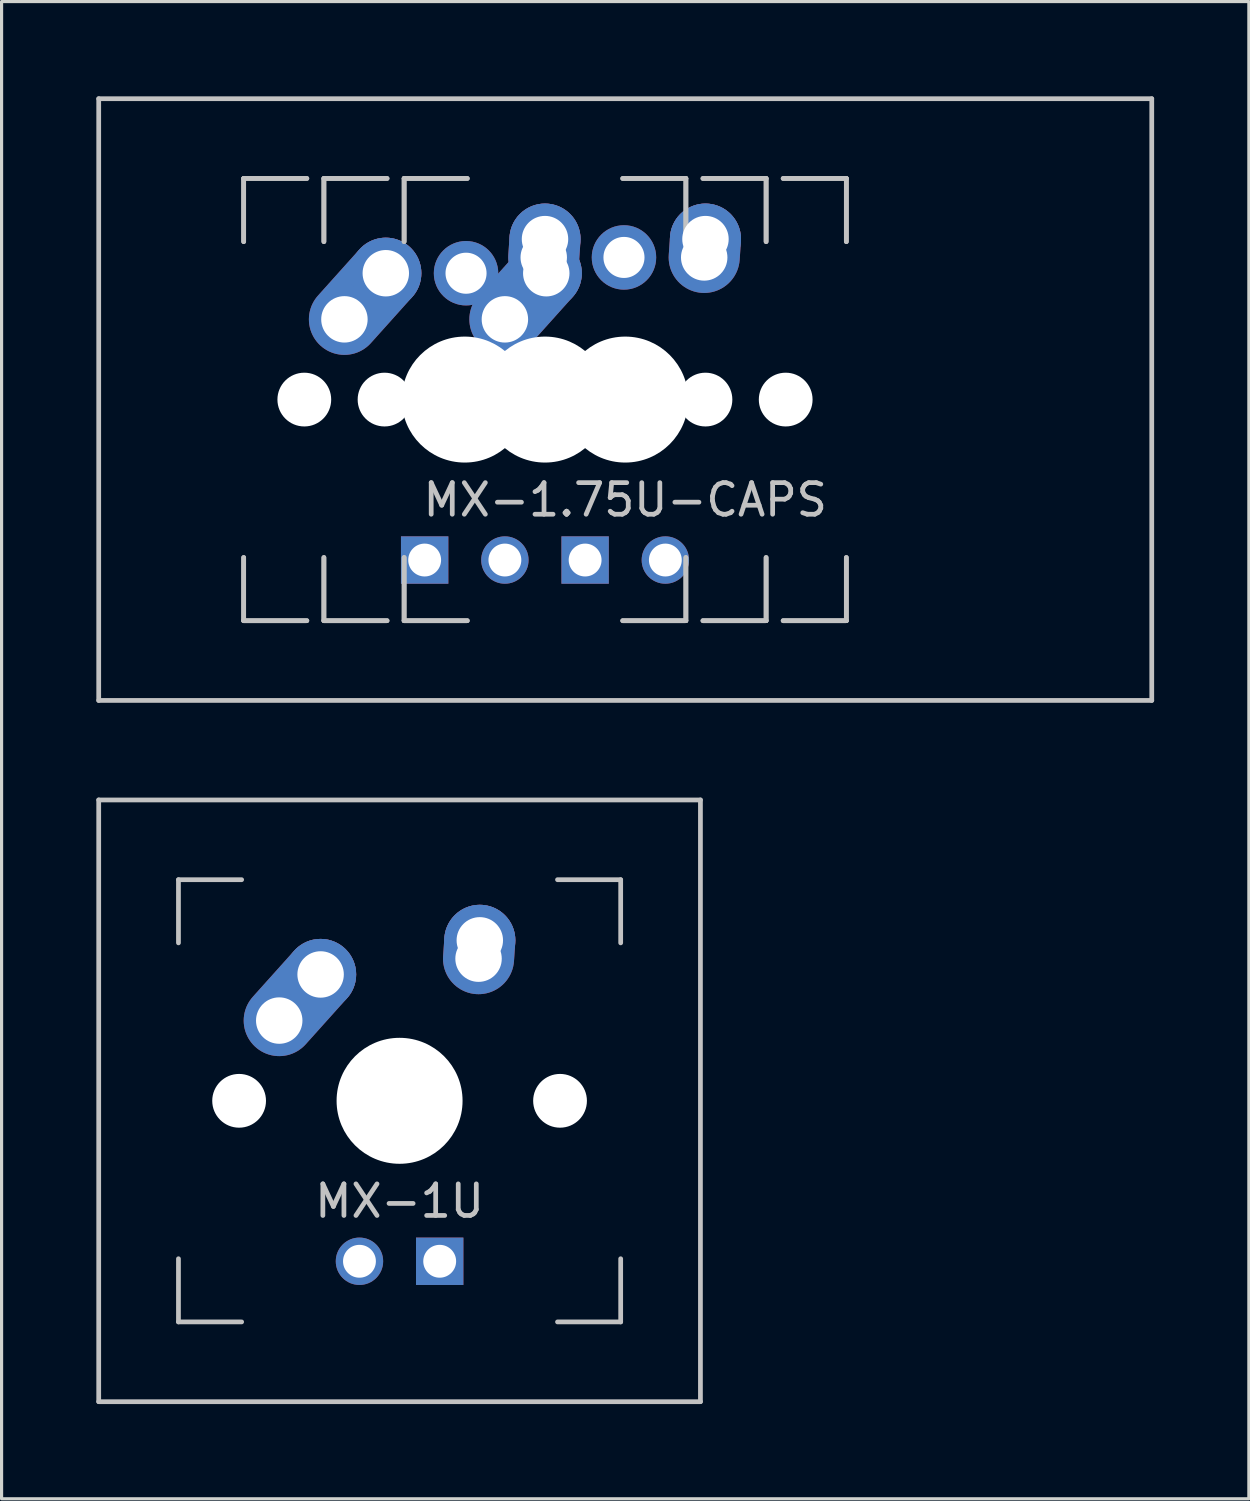
<source format=kicad_pcb>
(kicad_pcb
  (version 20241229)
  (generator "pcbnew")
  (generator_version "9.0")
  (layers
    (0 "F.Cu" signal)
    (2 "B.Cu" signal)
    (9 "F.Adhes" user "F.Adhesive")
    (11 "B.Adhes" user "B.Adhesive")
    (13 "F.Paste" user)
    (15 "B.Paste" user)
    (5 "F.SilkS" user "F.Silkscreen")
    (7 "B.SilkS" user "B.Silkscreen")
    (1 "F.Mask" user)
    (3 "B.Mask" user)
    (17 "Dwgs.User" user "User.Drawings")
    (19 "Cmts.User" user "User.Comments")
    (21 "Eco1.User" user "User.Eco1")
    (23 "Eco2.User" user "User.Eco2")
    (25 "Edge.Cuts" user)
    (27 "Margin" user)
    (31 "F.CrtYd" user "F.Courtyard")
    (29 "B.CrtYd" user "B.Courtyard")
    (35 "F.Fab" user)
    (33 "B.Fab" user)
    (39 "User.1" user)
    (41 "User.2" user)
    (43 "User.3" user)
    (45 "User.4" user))
  (footprint "MX-1U"
    (layer "F.Cu")
    (at 9.6 31.8)
    (property "Reference" "MX-1U" (at 0 3.175 0) (layer "Dwgs.User") (effects (font (size 1 1) (thickness 0.15))))
    (attr through_hole)
    (fp_line (start -9.525 -9.525) (end 9.525 -9.525) (stroke (width 0.15) (type solid)) (layer "Dwgs.User"))
    (fp_line (start -9.525 9.525) (end -9.525 -9.525) (stroke (width 0.15) (type solid)) (layer "Dwgs.User"))
    (fp_line (start -7 -7) (end -7 -5) (stroke (width 0.15) (type solid)) (layer "Dwgs.User"))
    (fp_line (start -7 5) (end -7 7) (stroke (width 0.15) (type solid)) (layer "Dwgs.User"))
    (fp_line (start -7 7) (end -5 7) (stroke (width 0.15) (type solid)) (layer "Dwgs.User"))
    (fp_line (start -5 -7) (end -7 -7) (stroke (width 0.15) (type solid)) (layer "Dwgs.User"))
    (fp_line (start 5 -7) (end 7 -7) (stroke (width 0.15) (type solid)) (layer "Dwgs.User"))
    (fp_line (start 5 7) (end 7 7) (stroke (width 0.15) (type solid)) (layer "Dwgs.User"))
    (fp_line (start 7 -7) (end 7 -5) (stroke (width 0.15) (type solid)) (layer "Dwgs.User"))
    (fp_line (start 7 7) (end 7 5) (stroke (width 0.15) (type solid)) (layer "Dwgs.User"))
    (fp_line (start 9.525 -9.525) (end 9.525 9.525) (stroke (width 0.15) (type solid)) (layer "Dwgs.User"))
    (fp_line (start 9.525 9.525) (end -9.525 9.525) (stroke (width 0.15) (type solid)) (layer "Dwgs.User"))
    (pad "" np_thru_hole circle (at -5.08 0 48.1) (size 1.702 1.702) (drill 1.702) (layers "*.Cu" "*.Mask"))
    (pad "" np_thru_hole circle (at 0 0) (size 3.988 3.988) (drill 3.988) (layers "*.Cu" "*.Mask"))
    (pad "" np_thru_hole circle (at 5.08 0 48.1) (size 1.702 1.702) (drill 1.702) (layers "*.Cu" "*.Mask"))
    (pad "1" thru_hole oval (at 2.5 -4.5 86.055) (size 2.831 2.25) (drill 1.47 (offset 0.291 0)) (layers "*.Cu" "*.Mask"))
    (pad "1" thru_hole circle (at 2.54 -5.08) (size 2.25 2.25) (drill 1.47) (layers "*.Cu" "*.Mask"))
    (pad "2" thru_hole oval (at -3.81 -2.54 48.1) (size 4.212 2.25) (drill 1.47 (offset 0.981 0)) (layers "*.Cu" "*.Mask"))
    (pad "2" thru_hole circle (at -2.5 -4) (size 2.25 2.25) (drill 1.47) (layers "*.Cu" "*.Mask"))
    (pad "3" thru_hole circle (at -1.27 5.08) (size 1.5 1.5) (drill 1.04) (layers "*.Cu" "*.Mask"))
    (pad "4" thru_hole rect (at 1.27 5.08) (size 1.5 1.5) (drill 1.04) (layers "*.Cu" "*.Mask")))
  (footprint "MX-1.75U-CAPS"
    (layer "F.Cu")
    (at 16.744 9.6)
    (property "Reference" "MX-1.75U-CAPS" (at 0 3.175 0) (layer "Dwgs.User") (effects (font (size 1 1) (thickness 0.15))))
    (attr through_hole)
    (fp_line (start -16.669 -9.525) (end 16.669 -9.525) (stroke (width 0.15) (type solid)) (layer "Dwgs.User"))
    (fp_line (start -16.669 9.525) (end -16.669 -9.525) (stroke (width 0.15) (type solid)) (layer "Dwgs.User"))
    (fp_line (start -16.669 9.525) (end 16.669 9.525) (stroke (width 0.15) (type solid)) (layer "Dwgs.User"))
    (fp_line (start -12.08 -7) (end -12.08 -5) (stroke (width 0.15) (type solid)) (layer "Dwgs.User"))
    (fp_line (start -12.08 -7) (end -12.08 -5) (stroke (width 0.15) (type solid)) (layer "Dwgs.User"))
    (fp_line (start -12.08 5) (end -12.08 7) (stroke (width 0.15) (type solid)) (layer "Dwgs.User"))
    (fp_line (start -12.08 5) (end -12.08 7) (stroke (width 0.15) (type solid)) (layer "Dwgs.User"))
    (fp_line (start -12.08 7) (end -10.08 7) (stroke (width 0.15) (type solid)) (layer "Dwgs.User"))
    (fp_line (start -12.08 7) (end -10.08 7) (stroke (width 0.15) (type solid)) (layer "Dwgs.User"))
    (fp_line (start -10.08 -7) (end -12.08 -7) (stroke (width 0.15) (type solid)) (layer "Dwgs.User"))
    (fp_line (start -10.08 -7) (end -12.08 -7) (stroke (width 0.15) (type solid)) (layer "Dwgs.User"))
    (fp_line (start -9.54 -7) (end -9.54 -5) (stroke (width 0.15) (type solid)) (layer "Dwgs.User"))
    (fp_line (start -9.54 -7) (end -9.54 -5) (stroke (width 0.15) (type solid)) (layer "Dwgs.User"))
    (fp_line (start -9.54 5) (end -9.54 7) (stroke (width 0.15) (type solid)) (layer "Dwgs.User"))
    (fp_line (start -9.54 5) (end -9.54 7) (stroke (width 0.15) (type solid)) (layer "Dwgs.User"))
    (fp_line (start -9.54 7) (end -7.54 7) (stroke (width 0.15) (type solid)) (layer "Dwgs.User"))
    (fp_line (start -9.54 7) (end -7.54 7) (stroke (width 0.15) (type solid)) (layer "Dwgs.User"))
    (fp_line (start -7.54 -7) (end -9.54 -7) (stroke (width 0.15) (type solid)) (layer "Dwgs.User"))
    (fp_line (start -7.54 -7) (end -9.54 -7) (stroke (width 0.15) (type solid)) (layer "Dwgs.User"))
    (fp_line (start -7 -7) (end -7 -5) (stroke (width 0.15) (type solid)) (layer "Dwgs.User"))
    (fp_line (start -7 -7) (end -7 -5) (stroke (width 0.15) (type solid)) (layer "Dwgs.User"))
    (fp_line (start -7 5) (end -7 7) (stroke (width 0.15) (type solid)) (layer "Dwgs.User"))
    (fp_line (start -7 5) (end -7 7) (stroke (width 0.15) (type solid)) (layer "Dwgs.User"))
    (fp_line (start -7 7) (end -5 7) (stroke (width 0.15) (type solid)) (layer "Dwgs.User"))
    (fp_line (start -7 7) (end -5 7) (stroke (width 0.15) (type solid)) (layer "Dwgs.User"))
    (fp_line (start -5 -7) (end -7 -7) (stroke (width 0.15) (type solid)) (layer "Dwgs.User"))
    (fp_line (start -5 -7) (end -7 -7) (stroke (width 0.15) (type solid)) (layer "Dwgs.User"))
    (fp_line (start -0.08 -7) (end 1.92 -7) (stroke (width 0.15) (type solid)) (layer "Dwgs.User"))
    (fp_line (start -0.08 -7) (end 1.92 -7) (stroke (width 0.15) (type solid)) (layer "Dwgs.User"))
    (fp_line (start -0.08 7) (end 1.92 7) (stroke (width 0.15) (type solid)) (layer "Dwgs.User"))
    (fp_line (start -0.08 7) (end 1.92 7) (stroke (width 0.15) (type solid)) (layer "Dwgs.User"))
    (fp_line (start 1.92 -7) (end 1.92 -5) (stroke (width 0.15) (type solid)) (layer "Dwgs.User"))
    (fp_line (start 1.92 -7) (end 1.92 -5) (stroke (width 0.15) (type solid)) (layer "Dwgs.User"))
    (fp_line (start 1.92 7) (end 1.92 5) (stroke (width 0.15) (type solid)) (layer "Dwgs.User"))
    (fp_line (start 1.92 7) (end 1.92 5) (stroke (width 0.15) (type solid)) (layer "Dwgs.User"))
    (fp_line (start 2.46 -7) (end 4.46 -7) (stroke (width 0.15) (type solid)) (layer "Dwgs.User"))
    (fp_line (start 2.46 -7) (end 4.46 -7) (stroke (width 0.15) (type solid)) (layer "Dwgs.User"))
    (fp_line (start 2.46 7) (end 4.46 7) (stroke (width 0.15) (type solid)) (layer "Dwgs.User"))
    (fp_line (start 2.46 7) (end 4.46 7) (stroke (width 0.15) (type solid)) (layer "Dwgs.User"))
    (fp_line (start 4.46 -7) (end 4.46 -5) (stroke (width 0.15) (type solid)) (layer "Dwgs.User"))
    (fp_line (start 4.46 -7) (end 4.46 -5) (stroke (width 0.15) (type solid)) (layer "Dwgs.User"))
    (fp_line (start 4.46 7) (end 4.46 5) (stroke (width 0.15) (type solid)) (layer "Dwgs.User"))
    (fp_line (start 4.46 7) (end 4.46 5) (stroke (width 0.15) (type solid)) (layer "Dwgs.User"))
    (fp_line (start 5 -7) (end 7 -7) (stroke (width 0.15) (type solid)) (layer "Dwgs.User"))
    (fp_line (start 5 -7) (end 7 -7) (stroke (width 0.15) (type solid)) (layer "Dwgs.User"))
    (fp_line (start 5 7) (end 7 7) (stroke (width 0.15) (type solid)) (layer "Dwgs.User"))
    (fp_line (start 5 7) (end 7 7) (stroke (width 0.15) (type solid)) (layer "Dwgs.User"))
    (fp_line (start 7 -7) (end 7 -5) (stroke (width 0.15) (type solid)) (layer "Dwgs.User"))
    (fp_line (start 7 -7) (end 7 -5) (stroke (width 0.15) (type solid)) (layer "Dwgs.User"))
    (fp_line (start 7 7) (end 7 5) (stroke (width 0.15) (type solid)) (layer "Dwgs.User"))
    (fp_line (start 7 7) (end 7 5) (stroke (width 0.15) (type solid)) (layer "Dwgs.User"))
    (fp_line (start 16.669 -9.525) (end 16.669 9.525) (stroke (width 0.15) (type solid)) (layer "Dwgs.User"))
    (pad "" np_thru_hole circle (at -10.16 0 48.1) (size 1.702 1.702) (drill 1.702) (layers "*.Cu" "*.Mask"))
    (pad "" np_thru_hole circle (at -7.62 0 48.1) (size 1.702 1.702) (drill 1.702) (layers "*.Cu" "*.Mask"))
    (pad "" np_thru_hole circle (at -5.08 0) (size 3.988 3.988) (drill 3.988) (layers "*.Cu" "*.Mask"))
    (pad "" np_thru_hole circle (at -2.54 0) (size 3.988 3.988) (drill 3.988) (layers "*.Cu" "*.Mask"))
    (pad "" np_thru_hole circle (at 0 0) (size 3.988 3.988) (drill 3.988) (layers "*.Cu" "*.Mask"))
    (pad "" np_thru_hole circle (at 2.54 0 48.1) (size 1.702 1.702) (drill 1.702) (layers "*.Cu" "*.Mask"))
    (pad "" np_thru_hole circle (at 5.08 0 48.1) (size 1.702 1.702) (drill 1.702) (layers "*.Cu" "*.Mask"))
    (pad "1" thru_hole circle (at -5.04 -4) (size 2.04 2.04) (drill 1.3) (layers "*.Cu" "*.Mask"))
    (pad "1" thru_hole oval (at -3.81 -2.54 48.1) (size 4.212 2.25) (drill 1.47 (offset 0.981 0)) (layers "*.Cu" "*.Mask"))
    (pad "1" thru_hole oval (at -2.58 -4.5 86.055) (size 2.831 2.25) (drill 1.47 (offset 0.291 0)) (layers "*.Cu" "*.Mask"))
    (pad "1" thru_hole circle (at -2.54 -5.08) (size 2.25 2.25) (drill 1.47) (layers "*.Cu" "*.Mask"))
    (pad "1" thru_hole circle (at -2.5 -4) (size 2.25 2.25) (drill 1.47) (layers "*.Cu" "*.Mask"))
    (pad "2" thru_hole oval (at -8.89 -2.54 48.1) (size 4.212 2.25) (drill 1.47 (offset 0.981 0)) (layers "*.Cu" "*.Mask"))
    (pad "2" thru_hole circle (at -7.58 -4) (size 2.25 2.25) (drill 1.47) (layers "*.Cu" "*.Mask"))
    (pad "2" thru_hole circle (at -0.04 -4.5 86.055) (size 2.04 2.04) (drill 1.3) (layers "*.Cu" "*.Mask"))
    (pad "2" thru_hole oval (at 2.5 -4.5 86.055) (size 2.831 2.25) (drill 1.47 (offset 0.291 0)) (layers "*.Cu" "*.Mask"))
    (pad "2" thru_hole circle (at 2.54 -5.08) (size 2.25 2.25) (drill 1.47) (layers "*.Cu" "*.Mask"))
    (pad "3" thru_hole rect (at -6.35 5.08) (size 1.5 1.5) (drill 1.04) (layers "*.Cu" "*.Mask"))
    (pad "3" thru_hole rect (at -1.27 5.08) (size 1.5 1.5) (drill 1.04) (layers "*.Cu" "*.Mask"))
    (pad "4" thru_hole circle (at -3.81 5.08) (size 1.5 1.5) (drill 1.04) (layers "*.Cu" "*.Mask"))
    (pad "4" thru_hole circle (at 1.27 5.08) (size 1.5 1.5) (drill 1.04) (layers "*.Cu" "*.Mask")))
  (gr_rect
    (start -3 -3)
    (end 36.487 44.4)
    (stroke (width 0.1) (type default))
    (fill no)
    (layer "Edge.Cuts")))
</source>
